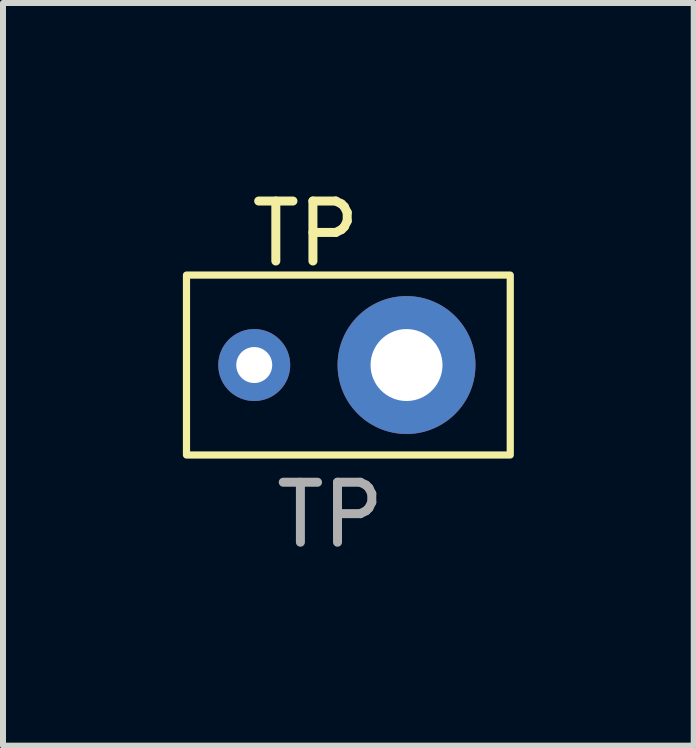
<source format=kicad_pcb>
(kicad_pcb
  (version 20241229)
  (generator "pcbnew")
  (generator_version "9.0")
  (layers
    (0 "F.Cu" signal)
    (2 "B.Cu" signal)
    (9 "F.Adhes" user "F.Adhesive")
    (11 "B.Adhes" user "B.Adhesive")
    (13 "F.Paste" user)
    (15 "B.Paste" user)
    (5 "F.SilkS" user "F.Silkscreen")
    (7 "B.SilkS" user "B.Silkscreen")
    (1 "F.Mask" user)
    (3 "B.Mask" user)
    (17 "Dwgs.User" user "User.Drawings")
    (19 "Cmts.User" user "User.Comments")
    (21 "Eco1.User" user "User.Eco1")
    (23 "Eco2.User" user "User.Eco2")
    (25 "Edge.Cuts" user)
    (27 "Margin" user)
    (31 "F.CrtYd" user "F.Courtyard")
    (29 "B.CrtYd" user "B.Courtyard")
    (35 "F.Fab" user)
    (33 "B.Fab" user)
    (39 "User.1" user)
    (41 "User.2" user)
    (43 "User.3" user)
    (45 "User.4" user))
  (footprint "TP"
    (layer "F.Cu")
    (at 2.46 3.038)
    (property "Reference" "TP" (at -0.41 -2.19 0) (unlocked yes) (layer "F.SilkS") (effects (font (size 1 1) (thickness 0.15))))
    (attr through_hole)
    (fp_rect (start -2.4 -1.5) (end 3 1.5) (stroke (width 0.12) (type default)) (fill no) (layer "F.SilkS"))
    (fp_text user "${REFERENCE}" (at 0 2.5 0) (unlocked yes) (layer "F.Fab") (effects (font (size 1 1) (thickness 0.15))))
    (pad "1" thru_hole circle (at 1.27 0) (size 2.3 2.3) (drill 1.2) (layers "*.Cu" "*.Mask"))
    (pad "2" thru_hole circle (at -1.27 0) (size 1.2 1.2) (drill 0.6) (layers "*.Cu" "*.Mask")))
  (gr_rect
    (start -3 -3)
    (end 8.52 9.386)
    (stroke (width 0.1) (type default))
    (fill no)
    (layer "Edge.Cuts")))
</source>
